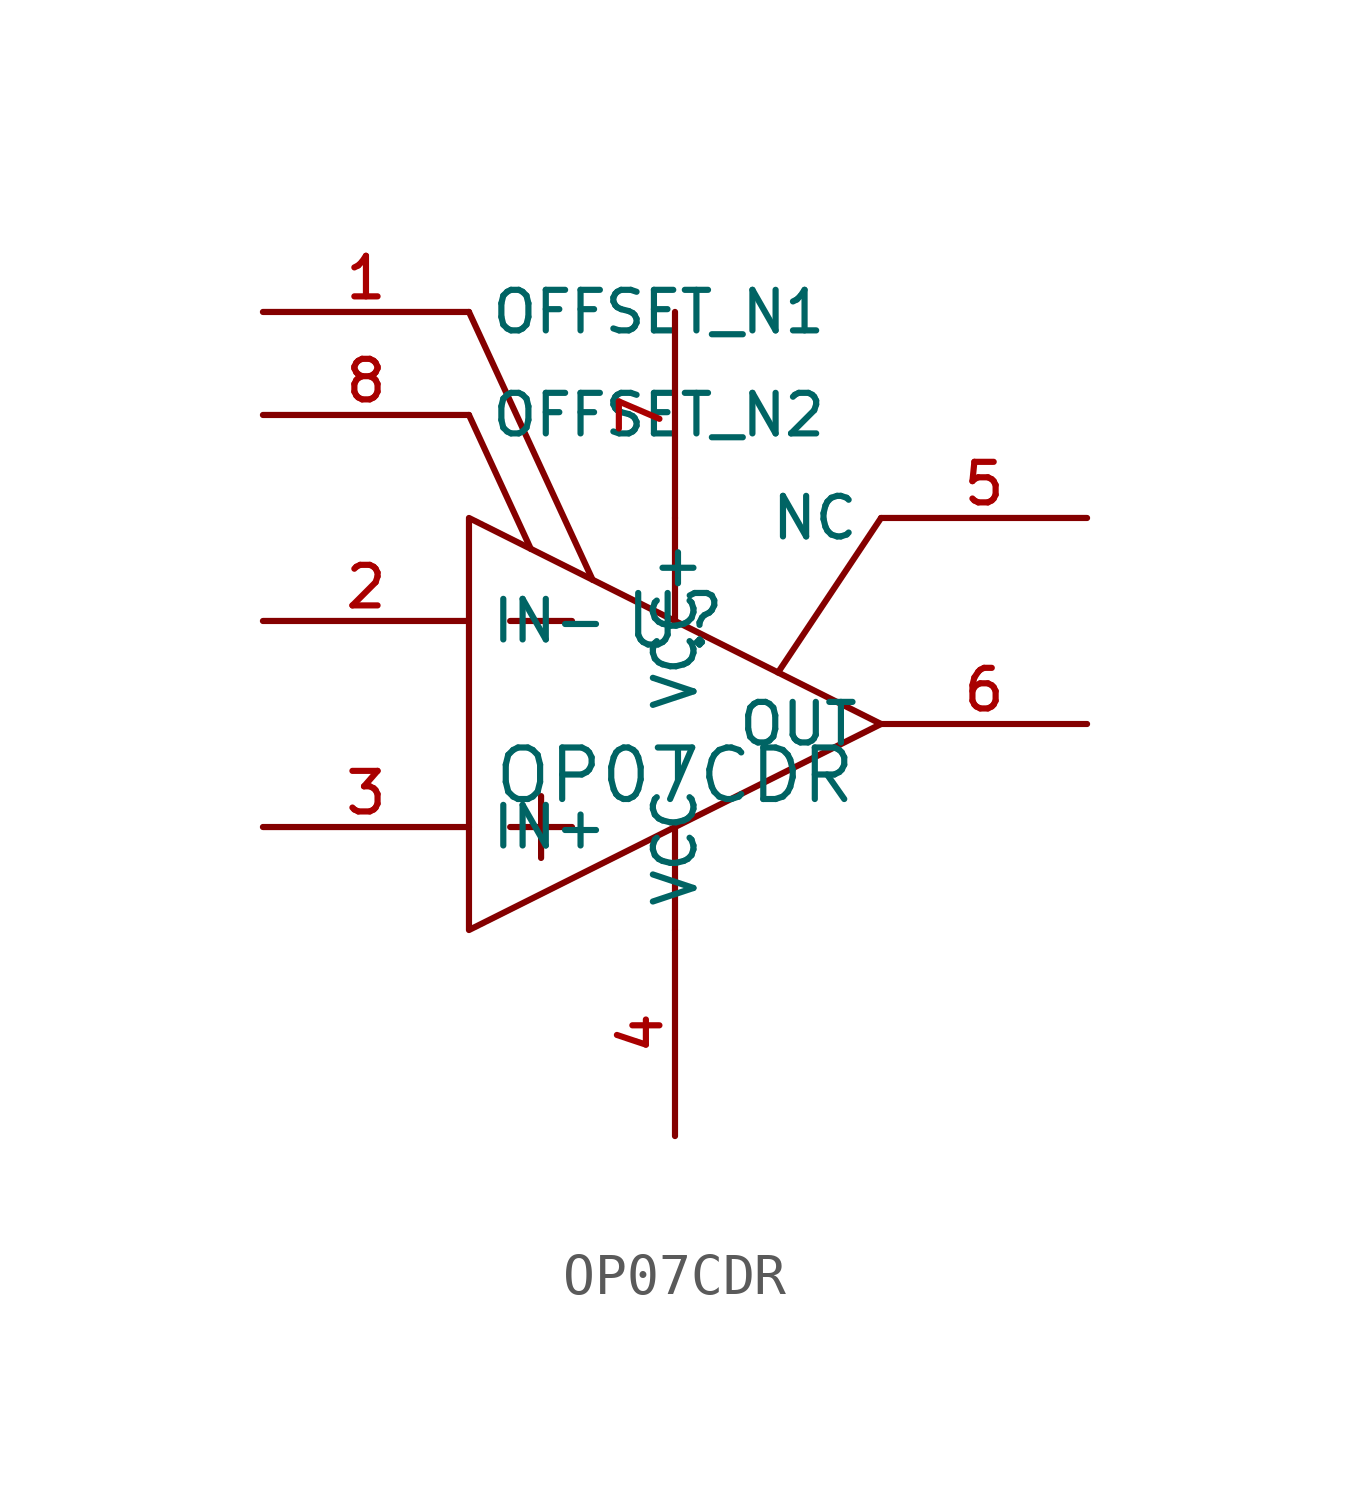
<source format=kicad_sym>
(kicad_symbol_lib
  (version 20210201)
  (generator TousstNicolas/JLC2KiCad_lib)
  (symbol "OP07CDR"
    (property "Reference" "U"
      (at 0 1.27 0)
      (effects (font (size 1.27 1.27))))
    (property "Value" "OP07CDR"
      (at 0 -2.54 0)
      (effects (font (size 1.27 1.27))))
    (symbol "OP07CDR_0_1"
      (polyline (pts (xy -5.08 -6.35) (xy 5.08 -1.27) (xy -5.08 3.81) (xy -5.08 -6.35)) (stroke (width 0) (type default) (color 0 0 0 0)) (fill (type none)))
      (polyline (pts (xy -4.064 1.27) (xy -2.54 1.27)) (stroke (width 0) (type default) (color 0 0 0 0)) (fill (type none)))
      (polyline (pts (xy -4.064 -3.81) (xy -2.54 -3.81)) (stroke (width 0) (type default) (color 0 0 0 0)) (fill (type none)))
      (polyline (pts (xy -3.302 -3.048) (xy -3.302 -4.572)) (stroke (width 0) (type default) (color 0 0 0 0)) (fill (type none)))
      (polyline (pts (xy 0.0 3.81) (xy 0.0 1.27)) (stroke (width 0) (type default) (color 0 0 0 0)) (fill (type none)))
      (polyline (pts (xy 0.0 -3.81) (xy 0.0 -6.35)) (stroke (width 0) (type default) (color 0 0 0 0)) (fill (type none)))
      (polyline (pts (xy 5.08 3.81) (xy 2.54 -0.0)) (stroke (width 0) (type default) (color 0 0 0 0)) (fill (type none)))
      (polyline (pts (xy -3.556 3.048) (xy -5.08 6.35)) (stroke (width 0) (type default) (color 0 0 0 0)) (fill (type none)))
      (polyline (pts (xy -2.032 2.286) (xy -5.08 8.89)) (stroke (width 0) (type default) (color 0 0 0 0)) (fill (type none)))
      (pin unspecified line (at -10.16 8.89 0) (length 5.08) (name "OFFSET N1" (effects (font (size 1 1)))) (number "1" (effects (font (size 1 1)))))
      (pin unspecified line (at -10.16 1.27 0) (length 5.08) (name "IN-" (effects (font (size 1 1)))) (number "2" (effects (font (size 1 1)))))
      (pin unspecified line (at -10.16 -3.81 0) (length 5.08) (name "IN+" (effects (font (size 1 1)))) (number "3" (effects (font (size 1 1)))))
      (pin power_in line (at 0.0 -11.43 90) (length 5.08) (name "VCC-" (effects (font (size 1 1)))) (number "4" (effects (font (size 1 1)))))
      (pin unspecified line (at 10.16 3.81 180) (length 5.08) (name "NC" (effects (font (size 1 1)))) (number "5" (effects (font (size 1 1)))))
      (pin output line (at 10.16 -1.27 180) (length 5.08) (name "OUT" (effects (font (size 1 1)))) (number "6" (effects (font (size 1 1)))))
      (pin power_in line (at 0.0 8.89 270) (length 5.08) (name "VCC+" (effects (font (size 1 1)))) (number "7" (effects (font (size 1 1)))))
      (pin unspecified line (at -10.16 6.35 0) (length 5.08) (name "OFFSET N2" (effects (font (size 1 1)))) (number "8" (effects (font (size 1 1))))))))
</source>
